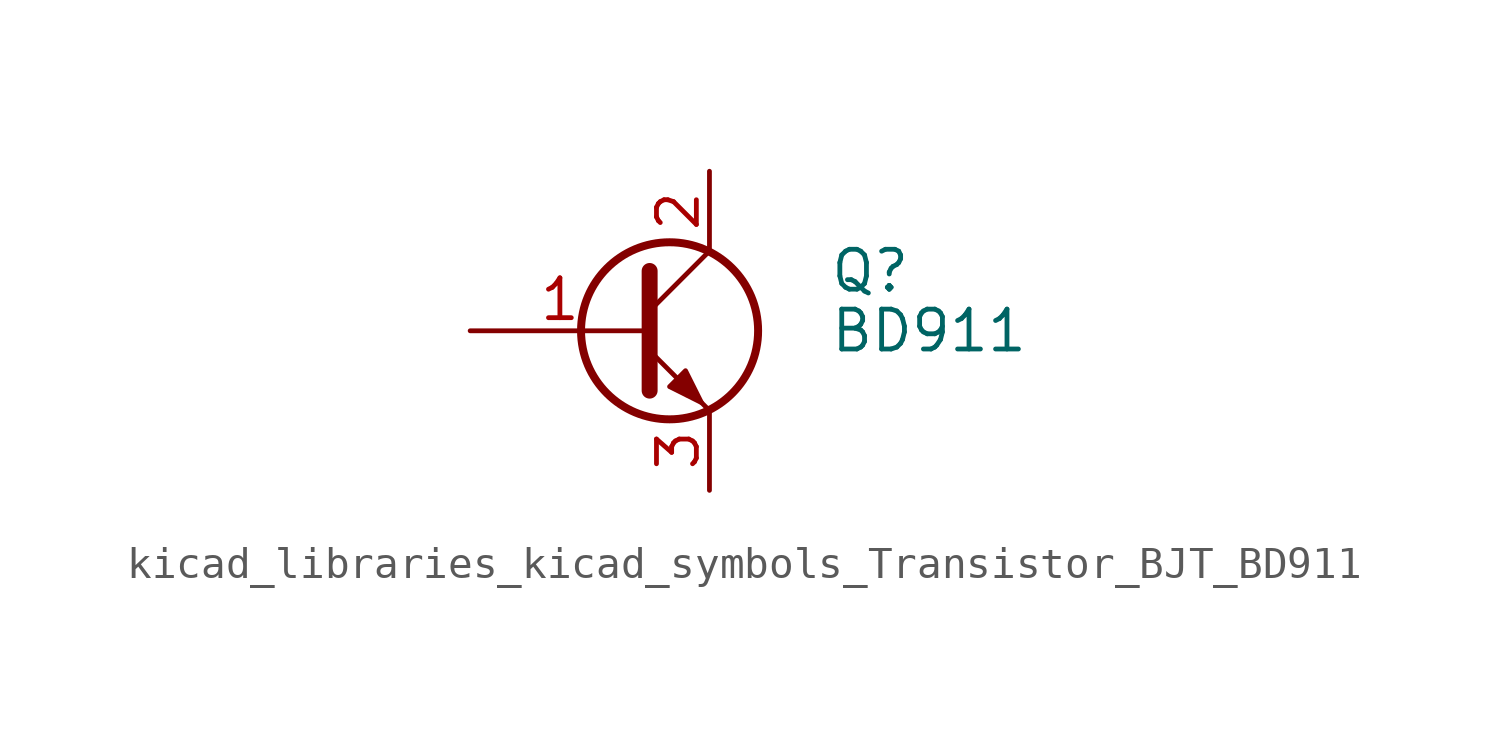
<source format=kicad_sym>
(kicad_symbol_lib
  (version 20220914)
  (generator kicad_symbol_editor)
  (symbol "kicad_libraries_kicad_symbols_Transistor_BJT_BD911"
    (pin_names
      (offset 0) hide)
    (property "Reference" "Q"
      (at 6.35 1.905 0)
      (effects (font (size 1.27 1.27)) (justify left)))
    (property "Value" "BD911"
      (at 6.35 0 0)
      (effects (font (size 1.27 1.27)) (justify left)))
    (symbol "kicad_libraries_kicad_symbols_Transistor_BJT_BD911_0_1"
      (polyline (pts (xy 0.635 0.635) (xy 2.54 2.54)) (stroke (width 0) (type default)) (fill (type none)))
      (polyline (pts (xy 0.635 -0.635) (xy 2.54 -2.54) (xy 2.54 -2.54)) (stroke (width 0) (type default)) (fill (type none)))
      (polyline (pts (xy 0.635 1.905) (xy 0.635 -1.905) (xy 0.635 -1.905)) (stroke (width 0.508) (type default)) (fill (type none)))
      (polyline (pts (xy 1.27 -1.778) (xy 1.778 -1.27) (xy 2.286 -2.286) (xy 1.27 -1.778) (xy 1.27 -1.778)) (stroke (width 0) (type default)) (fill (type outline)))
      (circle (center 1.27 0) (radius 2.819) (stroke (width 0.254) (type default)) (fill (type none))))
    (symbol "kicad_libraries_kicad_symbols_Transistor_BJT_BD911_1_1"
      (pin input line (at -5.08 0 0) (length 5.715) (name "B" (effects (font (size 1.27 1.27)))) (number "1" (effects (font (size 1.27 1.27)))))
      (pin passive line (at 2.54 5.08 270) (length 2.54) (name "C" (effects (font (size 1.27 1.27)))) (number "2" (effects (font (size 1.27 1.27)))))
      (pin passive line (at 2.54 -5.08 90) (length 2.54) (name "E" (effects (font (size 1.27 1.27)))) (number "3" (effects (font (size 1.27 1.27))))))))
</source>
